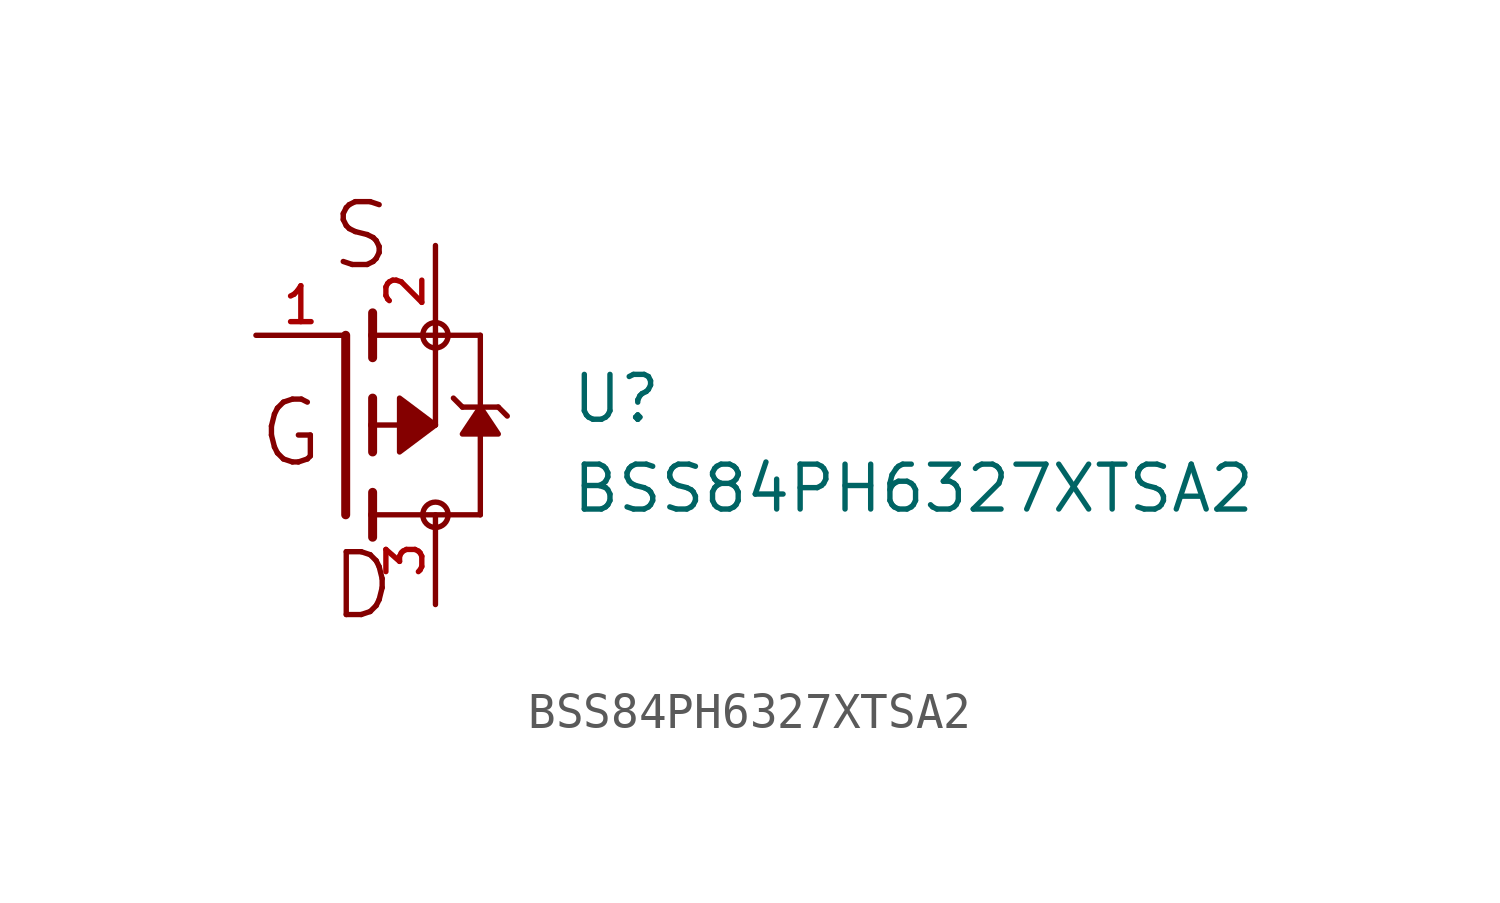
<source format=kicad_sym>
(kicad_symbol_lib
  (version 20211014)
  (generator kicad_symbol_editor)
  (symbol "BSS84PH6327XTSA2"
    (pin_names
      (offset 1.016))
    (property "Reference" "U"
      (at 6.35 0.0 0)
      (effects (font (size 1.27 1.27)) (justify bottom left)))
    (property "Value" "BSS84PH6327XTSA2"
      (at 6.35 -2.54 0)
      (effects (font (size 1.27 1.27)) (justify bottom left)))
    (symbol "BSS84PH6327XTSA2_0_0"
      (text "S" (at -0.508 4.318 0) (effects (font (size 1.778 1.778)) (justify bottom left)))
      (text "G" (at -2.54 -1.27 0) (effects (font (size 1.778 1.778)) (justify bottom left)))
      (text "D" (at -0.508 -5.588 0) (effects (font (size 1.778 1.778)) (justify bottom left)))
      (polyline (pts (xy 0.762 -0.762) (xy 0.762 0.0)) (stroke (width 0.254)))
      (polyline (pts (xy 0.762 0.0) (xy 0.762 0.762)) (stroke (width 0.254)))
      (polyline (pts (xy 0.762 -3.175) (xy 0.762 -2.54)) (stroke (width 0.254)))
      (polyline (pts (xy 0.762 -2.54) (xy 0.762 -1.905)) (stroke (width 0.254)))
      (polyline (pts (xy 0.762 0.0) (xy 2.54 0.0)) (stroke (width 0.152)))
      (polyline (pts (xy 2.54 0.0) (xy 2.54 2.54)) (stroke (width 0.152)))
      (polyline (pts (xy 0.762 1.905) (xy 0.762 2.54)) (stroke (width 0.254)))
      (polyline (pts (xy 0.762 2.54) (xy 0.762 3.175)) (stroke (width 0.254)))
      (polyline (pts (xy 0.0 -2.54) (xy 0.0 2.54)) (stroke (width 0.254)))
      (polyline (pts (xy 2.54 2.54) (xy 0.762 2.54)) (stroke (width 0.152)))
      (polyline (pts (xy 3.81 -2.54) (xy 3.81 0.508)) (stroke (width 0.152)))
      (polyline (pts (xy 3.81 0.508) (xy 3.81 2.54)) (stroke (width 0.152)))
      (polyline (pts (xy 2.54 2.54) (xy 3.81 2.54)) (stroke (width 0.152)))
      (polyline (pts (xy 0.762 -2.54) (xy 3.81 -2.54)) (stroke (width 0.152)))
      (polyline (pts (xy 3.048 0.762) (xy 3.302 0.508)) (stroke (width 0.152)))
      (polyline (pts (xy 3.302 0.508) (xy 3.81 0.508)) (stroke (width 0.152)))
      (polyline (pts (xy 3.81 0.508) (xy 4.318 0.508)) (stroke (width 0.152)))
      (polyline (pts (xy 4.318 0.508) (xy 4.572 0.254)) (stroke (width 0.152)))
      (circle (center 2.54 2.54) (radius 0.359) (stroke (width 0.0)) (fill (type none)))
      (circle (center 2.54 -2.54) (radius 0.359) (stroke (width 0.0)) (fill (type none)))
      (polyline (pts (xy 3.81 0.508) (xy 4.318 -0.254) (xy 3.302 -0.254) (xy 3.81 0.508)) (stroke (width 0.152)) (fill (type outline)))
      (polyline (pts (xy 2.54 0.0) (xy 1.524 0.762) (xy 1.524 -0.762) (xy 2.54 0.0)) (stroke (width 0.152)) (fill (type outline)))
      (pin passive line (at 2.54 5.08 270.0) (length 2.54) (name "~" (effects (font (size 1.016 1.016)))) (number "2" (effects (font (size 1.016 1.016)))))
      (pin passive line (at -2.54 2.54 0) (length 2.54) (name "~" (effects (font (size 1.016 1.016)))) (number "1" (effects (font (size 1.016 1.016)))))
      (pin passive line (at 2.54 -5.08 90.0) (length 2.54) (name "~" (effects (font (size 1.016 1.016)))) (number "3" (effects (font (size 1.016 1.016))))))))
</source>
